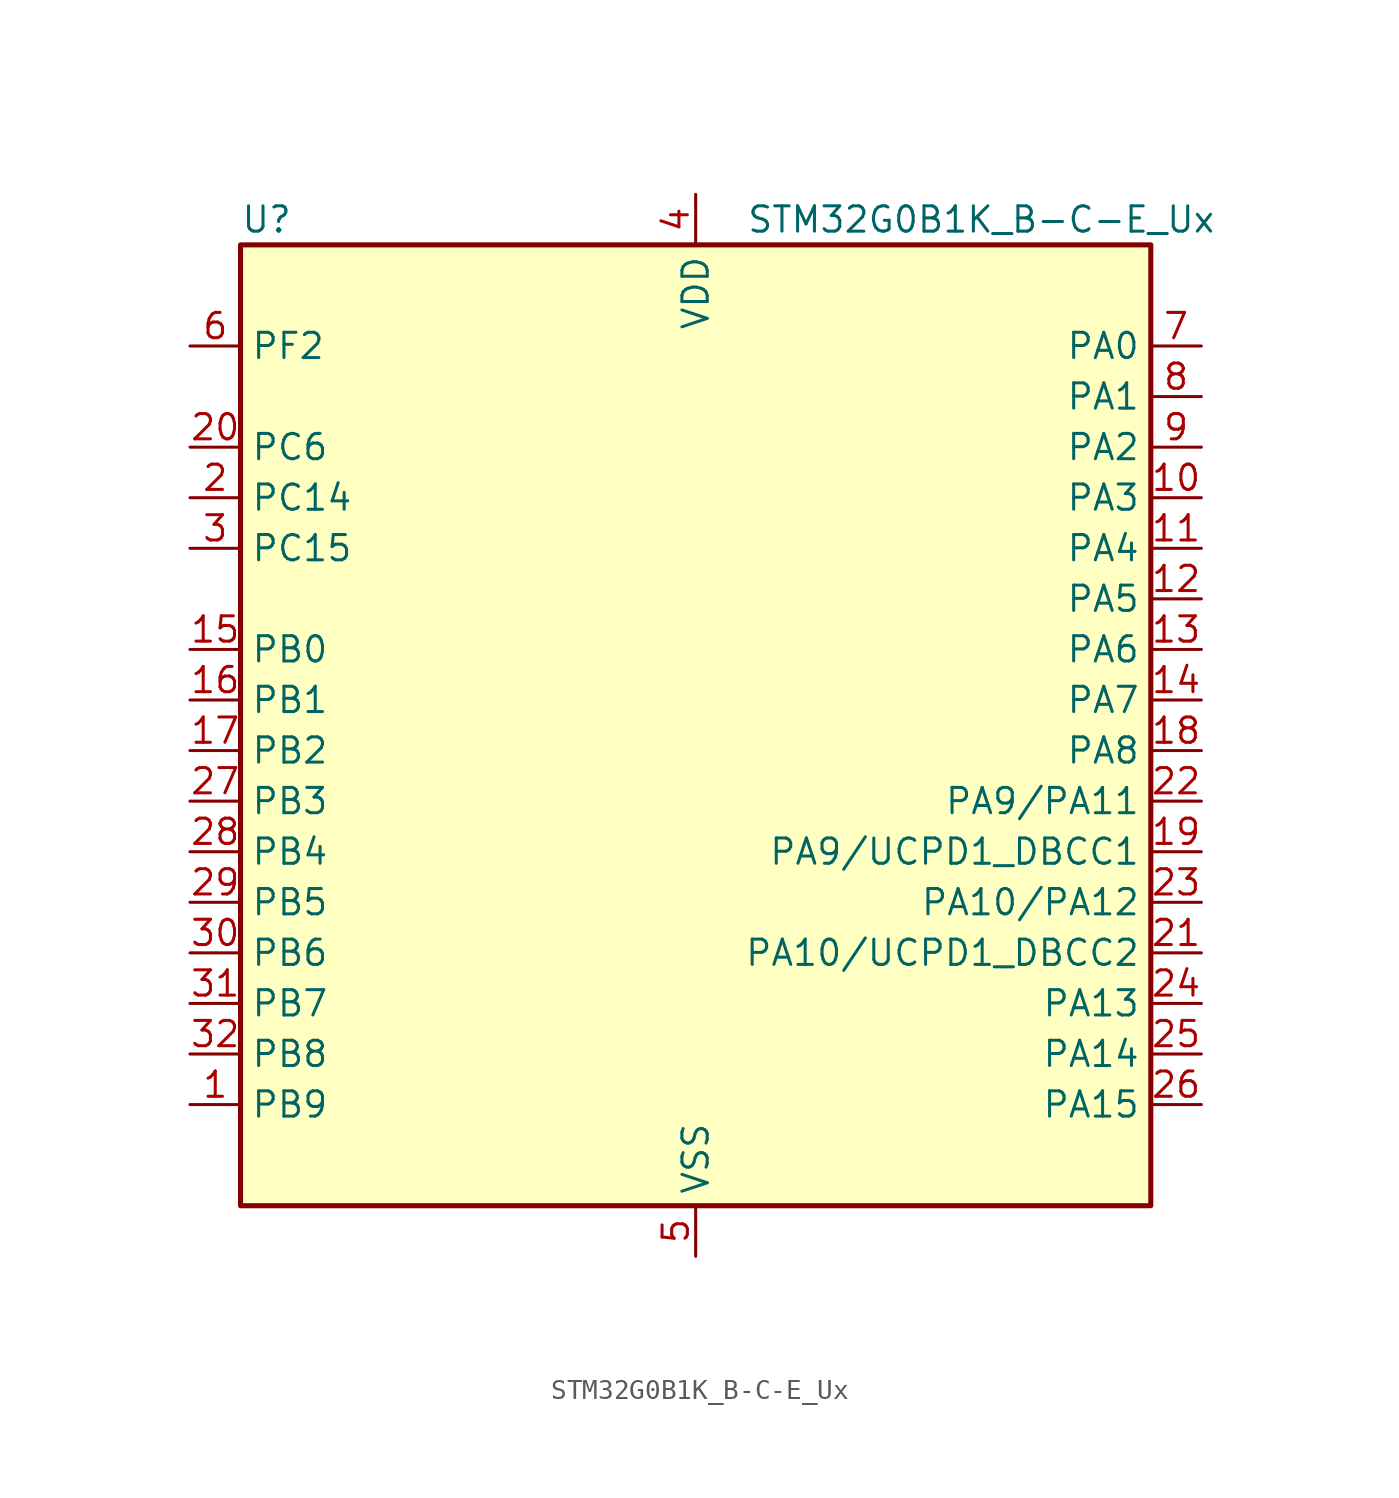
<source format=kicad_sym>
(kicad_symbol_lib
  (version 20231120)
  (generator "kicad-library-utils")
  (generator_version "8.0")
  (symbol "STM32G0B1K_B-C-E_Ux"
    (property "Reference" "U"
      (at -22.86 26.67 0)
      (effects (font (size 1.27 1.27)) (justify left)))
    (property "Value" "STM32G0B1K_B-C-E_Ux"
      (at 2.54 26.67 0)
      (effects (font (size 1.27 1.27)) (justify left)))
    (symbol "STM32G0B1K_B-C-E_Ux_0_1"
      (rectangle (start -22.86 -22.86) (end 22.86 25.4) (stroke (width 0.254) (type default)) (fill (type background))))
    (symbol "STM32G0B1K_B-C-E_Ux_1_1"
      (pin bidirectional line (at -25.4 -17.78 0) (length 2.54) (name "PB9" (effects (font (size 1.27 1.27)))) (number "1" (effects (font (size 1.27 1.27)))) (alternate "DAC1_EXTI9" bidirectional line) (alternate "FDCAN1_TX" bidirectional line) (alternate "I2C1_SDA" bidirectional line) (alternate "I2S2_WS" bidirectional line) (alternate "IR_OUT" bidirectional line) (alternate "SPI2_NSS" bidirectional line) (alternate "TIM17_CH1" bidirectional line) (alternate "TIM4_CH4" bidirectional line) (alternate "USART3_RX" bidirectional line) (alternate "USART6_RX" bidirectional line))
      (pin bidirectional line (at 25.4 12.7 180) (length 2.54) (name "PA3" (effects (font (size 1.27 1.27)))) (number "10" (effects (font (size 1.27 1.27)))) (alternate "ADC1_IN3" bidirectional line) (alternate "COMP2_INP" bidirectional line) (alternate "I2S2_MCK" bidirectional line) (alternate "LPUART1_RX" bidirectional line) (alternate "SPI2_MISO" bidirectional line) (alternate "TIM15_CH2" bidirectional line) (alternate "TIM2_CH4" bidirectional line) (alternate "USART2_RX" bidirectional line))
      (pin bidirectional line (at 25.4 10.16 180) (length 2.54) (name "PA4" (effects (font (size 1.27 1.27)))) (number "11" (effects (font (size 1.27 1.27)))) (alternate "ADC1_IN4" bidirectional line) (alternate "DAC1_OUT1" bidirectional line) (alternate "I2S1_WS" bidirectional line) (alternate "I2S2_SD" bidirectional line) (alternate "LPTIM2_OUT" bidirectional line) (alternate "RTC_OUT1" bidirectional line) (alternate "RTC_TAMP_IN1" bidirectional line) (alternate "RTC_TS" bidirectional line) (alternate "SPI1_NSS" bidirectional line) (alternate "SPI2_MOSI" bidirectional line) (alternate "SPI3_NSS" bidirectional line) (alternate "SYS_WKUP2" bidirectional line) (alternate "TIM14_CH1" bidirectional line) (alternate "USART6_TX" bidirectional line) (alternate "USB_NOE" bidirectional line))
      (pin bidirectional line (at 25.4 7.62 180) (length 2.54) (name "PA5" (effects (font (size 1.27 1.27)))) (number "12" (effects (font (size 1.27 1.27)))) (alternate "ADC1_IN5" bidirectional line) (alternate "CEC" bidirectional line) (alternate "DAC1_OUT2" bidirectional line) (alternate "I2S1_CK" bidirectional line) (alternate "LPTIM2_ETR" bidirectional line) (alternate "SPI1_SCK" bidirectional line) (alternate "TIM2_CH1" bidirectional line) (alternate "TIM2_ETR" bidirectional line) (alternate "UCPD1_FRSTX1" bidirectional line) (alternate "UCPD1_FRSTX2" bidirectional line) (alternate "USART3_TX" bidirectional line) (alternate "USART6_RX" bidirectional line))
      (pin bidirectional line (at 25.4 5.08 180) (length 2.54) (name "PA6" (effects (font (size 1.27 1.27)))) (number "13" (effects (font (size 1.27 1.27)))) (alternate "ADC1_IN6" bidirectional line) (alternate "COMP1_OUT" bidirectional line) (alternate "I2C2_SDA" bidirectional line) (alternate "I2C3_SDA" bidirectional line) (alternate "I2S1_MCK" bidirectional line) (alternate "LPUART1_CTS" bidirectional line) (alternate "SPI1_MISO" bidirectional line) (alternate "TIM16_CH1" bidirectional line) (alternate "TIM1_BK" bidirectional line) (alternate "TIM3_CH1" bidirectional line) (alternate "USART3_CTS" bidirectional line) (alternate "USART3_NSS" bidirectional line) (alternate "USART6_CTS" bidirectional line) (alternate "USART6_NSS" bidirectional line))
      (pin bidirectional line (at 25.4 2.54 180) (length 2.54) (name "PA7" (effects (font (size 1.27 1.27)))) (number "14" (effects (font (size 1.27 1.27)))) (alternate "ADC1_IN7" bidirectional line) (alternate "COMP2_OUT" bidirectional line) (alternate "I2C2_SCL" bidirectional line) (alternate "I2C3_SCL" bidirectional line) (alternate "I2S1_SD" bidirectional line) (alternate "SPI1_MOSI" bidirectional line) (alternate "TIM14_CH1" bidirectional line) (alternate "TIM17_CH1" bidirectional line) (alternate "TIM1_CH1N" bidirectional line) (alternate "TIM3_CH2" bidirectional line) (alternate "UCPD1_FRSTX1" bidirectional line) (alternate "UCPD1_FRSTX2" bidirectional line) (alternate "USART6_CK" bidirectional line) (alternate "USART6_DE" bidirectional line) (alternate "USART6_RTS" bidirectional line))
      (pin bidirectional line (at -25.4 5.08 0) (length 2.54) (name "PB0" (effects (font (size 1.27 1.27)))) (number "15" (effects (font (size 1.27 1.27)))) (alternate "ADC1_IN8" bidirectional line) (alternate "COMP1_OUT" bidirectional line) (alternate "COMP3_INP" bidirectional line) (alternate "FDCAN2_RX" bidirectional line) (alternate "I2S1_WS" bidirectional line) (alternate "LPTIM1_OUT" bidirectional line) (alternate "LPUART2_CTS" bidirectional line) (alternate "SPI1_NSS" bidirectional line) (alternate "TIM1_CH2N" bidirectional line) (alternate "TIM3_CH3" bidirectional line) (alternate "UCPD1_FRSTX1" bidirectional line) (alternate "UCPD1_FRSTX2" bidirectional line) (alternate "USART3_RX" bidirectional line) (alternate "USART5_TX" bidirectional line))
      (pin bidirectional line (at -25.4 2.54 0) (length 2.54) (name "PB1" (effects (font (size 1.27 1.27)))) (number "16" (effects (font (size 1.27 1.27)))) (alternate "ADC1_IN9" bidirectional line) (alternate "COMP1_INM" bidirectional line) (alternate "COMP3_OUT" bidirectional line) (alternate "FDCAN2_TX" bidirectional line) (alternate "LPTIM2_IN1" bidirectional line) (alternate "LPUART1_DE" bidirectional line) (alternate "LPUART1_RTS" bidirectional line) (alternate "LPUART2_DE" bidirectional line) (alternate "LPUART2_RTS" bidirectional line) (alternate "TIM14_CH1" bidirectional line) (alternate "TIM1_CH3N" bidirectional line) (alternate "TIM3_CH4" bidirectional line) (alternate "USART3_CK" bidirectional line) (alternate "USART3_DE" bidirectional line) (alternate "USART3_RTS" bidirectional line) (alternate "USART5_RX" bidirectional line))
      (pin bidirectional line (at -25.4 0 0) (length 2.54) (name "PB2" (effects (font (size 1.27 1.27)))) (number "17" (effects (font (size 1.27 1.27)))) (alternate "ADC1_IN10" bidirectional line) (alternate "COMP1_INP" bidirectional line) (alternate "COMP3_INM" bidirectional line) (alternate "I2S2_MCK" bidirectional line) (alternate "LPTIM1_OUT" bidirectional line) (alternate "RCC_MCO_2" bidirectional line) (alternate "SPI2_MISO" bidirectional line) (alternate "USART3_TX" bidirectional line))
      (pin bidirectional line (at 25.4 0 180) (length 2.54) (name "PA8" (effects (font (size 1.27 1.27)))) (number "18" (effects (font (size 1.27 1.27)))) (alternate "CRS1_SYNC" bidirectional line) (alternate "I2C2_SMBA" bidirectional line) (alternate "I2S2_WS" bidirectional line) (alternate "LPTIM2_OUT" bidirectional line) (alternate "RCC_MCO" bidirectional line) (alternate "SPI2_NSS" bidirectional line) (alternate "TIM1_CH1" bidirectional line) (alternate "UCPD1_CC1" bidirectional line))
      (pin bidirectional line (at 25.4 -5.08 180) (length 2.54) (name "PA9/UCPD1_DBCC1" (effects (font (size 1.27 1.27)))) (number "19" (effects (font (size 1.27 1.27)))) (alternate "PA9" bidirectional line) (alternate "DAC1_EXTI9 (PA9)" bidirectional line) (alternate "I2C1_SCL (PA9)" bidirectional line) (alternate "I2C2_SCL (PA9)" bidirectional line) (alternate "I2S2_MCK (PA9)" bidirectional line) (alternate "RCC_MCO (PA9)" bidirectional line) (alternate "SPI2_MISO (PA9)" bidirectional line) (alternate "TIM15_BK (PA9)" bidirectional line) (alternate "TIM1_CH2 (PA9)" bidirectional line) (alternate "UCPD1_DBCC1 (PA9)" bidirectional line) (alternate "USART1_TX (PA9)" bidirectional line) (alternate "UCPD1_DBCC1" bidirectional line) (alternate "UCPD1_DBCC1 (UCPD1_DBCC1)" bidirectional line))
      (pin bidirectional line (at -25.4 12.7 0) (length 2.54) (name "PC14" (effects (font (size 1.27 1.27)))) (number "2" (effects (font (size 1.27 1.27)))) (alternate "RCC_OSC32_IN" bidirectional line) (alternate "RCC_OSC_IN" bidirectional line) (alternate "TIM1_BK2" bidirectional line))
      (pin bidirectional line (at -25.4 15.24 0) (length 2.54) (name "PC6" (effects (font (size 1.27 1.27)))) (number "20" (effects (font (size 1.27 1.27)))) (alternate "LPUART2_TX" bidirectional line) (alternate "TIM2_CH3" bidirectional line) (alternate "TIM3_CH1" bidirectional line) (alternate "UCPD1_FRSTX1" bidirectional line) (alternate "UCPD1_FRSTX2" bidirectional line))
      (pin bidirectional line (at 25.4 -10.16 180) (length 2.54) (name "PA10/UCPD1_DBCC2" (effects (font (size 1.27 1.27)))) (number "21" (effects (font (size 1.27 1.27)))) (alternate "PA10" bidirectional line) (alternate "I2C1_SDA (PA10)" bidirectional line) (alternate "I2C2_SDA (PA10)" bidirectional line) (alternate "I2S2_SD (PA10)" bidirectional line) (alternate "RCC_MCO_2 (PA10)" bidirectional line) (alternate "SPI2_MOSI (PA10)" bidirectional line) (alternate "TIM17_BK (PA10)" bidirectional line) (alternate "TIM1_CH3 (PA10)" bidirectional line) (alternate "UCPD1_DBCC2 (PA10)" bidirectional line) (alternate "USART1_RX (PA10)" bidirectional line) (alternate "UCPD1_DBCC2" bidirectional line) (alternate "UCPD1_DBCC2 (UCPD1_DBCC2)" bidirectional line))
      (pin bidirectional line (at 25.4 -2.54 180) (length 2.54) (name "PA9/PA11" (effects (font (size 1.27 1.27)))) (number "22" (effects (font (size 1.27 1.27)))) (alternate "PA9" bidirectional line) (alternate "DAC1_EXTI9 (PA9)" bidirectional line) (alternate "I2C1_SCL (PA9)" bidirectional line) (alternate "I2C2_SCL (PA9)" bidirectional line) (alternate "I2S2_MCK (PA9)" bidirectional line) (alternate "RCC_MCO (PA9)" bidirectional line) (alternate "SPI2_MISO (PA9)" bidirectional line) (alternate "TIM15_BK (PA9)" bidirectional line) (alternate "TIM1_CH2 (PA9)" bidirectional line) (alternate "UCPD1_DBCC1 (PA9)" bidirectional line) (alternate "USART1_TX (PA9)" bidirectional line) (alternate "PA11" bidirectional line) (alternate "ADC1_EXTI11 (PA11)" bidirectional line) (alternate "COMP1_OUT (PA11)" bidirectional line) (alternate "FDCAN1_RX (PA11)" bidirectional line) (alternate "I2C2_SCL (PA11)" bidirectional line) (alternate "I2S1_MCK (PA11)" bidirectional line) (alternate "SPI1_MISO (PA11)" bidirectional line) (alternate "TIM1_BK2 (PA11)" bidirectional line) (alternate "TIM1_CH4 (PA11)" bidirectional line) (alternate "USART1_CTS (PA11)" bidirectional line) (alternate "USART1_NSS (PA11)" bidirectional line) (alternate "USB_DM (PA11)" bidirectional line))
      (pin bidirectional line (at 25.4 -7.62 180) (length 2.54) (name "PA10/PA12" (effects (font (size 1.27 1.27)))) (number "23" (effects (font (size 1.27 1.27)))) (alternate "PA10" bidirectional line) (alternate "I2C1_SDA (PA10)" bidirectional line) (alternate "I2C2_SDA (PA10)" bidirectional line) (alternate "I2S2_SD (PA10)" bidirectional line) (alternate "RCC_MCO_2 (PA10)" bidirectional line) (alternate "SPI2_MOSI (PA10)" bidirectional line) (alternate "TIM17_BK (PA10)" bidirectional line) (alternate "TIM1_CH3 (PA10)" bidirectional line) (alternate "UCPD1_DBCC2 (PA10)" bidirectional line) (alternate "USART1_RX (PA10)" bidirectional line) (alternate "PA12" bidirectional line) (alternate "COMP2_OUT (PA12)" bidirectional line) (alternate "FDCAN1_TX (PA12)" bidirectional line) (alternate "I2C2_SDA (PA12)" bidirectional line) (alternate "I2S1_SD (PA12)" bidirectional line) (alternate "I2S_CKIN (PA12)" bidirectional line) (alternate "SPI1_MOSI (PA12)" bidirectional line) (alternate "TIM1_ETR (PA12)" bidirectional line) (alternate "USART1_CK (PA12)" bidirectional line) (alternate "USART1_DE (PA12)" bidirectional line) (alternate "USART1_RTS (PA12)" bidirectional line) (alternate "USB_DP (PA12)" bidirectional line))
      (pin bidirectional line (at 25.4 -12.7 180) (length 2.54) (name "PA13" (effects (font (size 1.27 1.27)))) (number "24" (effects (font (size 1.27 1.27)))) (alternate "IR_OUT" bidirectional line) (alternate "LPUART2_RX" bidirectional line) (alternate "SYS_SWDIO" bidirectional line) (alternate "USB_NOE" bidirectional line))
      (pin bidirectional line (at 25.4 -15.24 180) (length 2.54) (name "PA14" (effects (font (size 1.27 1.27)))) (number "25" (effects (font (size 1.27 1.27)))) (alternate "LPUART2_TX" bidirectional line) (alternate "SYS_SWCLK" bidirectional line) (alternate "USART2_TX" bidirectional line))
      (pin bidirectional line (at 25.4 -17.78 180) (length 2.54) (name "PA15" (effects (font (size 1.27 1.27)))) (number "26" (effects (font (size 1.27 1.27)))) (alternate "I2C2_SMBA" bidirectional line) (alternate "I2S1_WS" bidirectional line) (alternate "RCC_MCO_2" bidirectional line) (alternate "SPI1_NSS" bidirectional line) (alternate "SPI3_NSS" bidirectional line) (alternate "TIM2_CH1" bidirectional line) (alternate "TIM2_ETR" bidirectional line) (alternate "USART2_RX" bidirectional line) (alternate "USART3_CK" bidirectional line) (alternate "USART3_DE" bidirectional line) (alternate "USART3_RTS" bidirectional line) (alternate "USART4_CK" bidirectional line) (alternate "USART4_DE" bidirectional line) (alternate "USART4_RTS" bidirectional line) (alternate "USB_NOE" bidirectional line))
      (pin bidirectional line (at -25.4 -2.54 0) (length 2.54) (name "PB3" (effects (font (size 1.27 1.27)))) (number "27" (effects (font (size 1.27 1.27)))) (alternate "COMP2_INM" bidirectional line) (alternate "I2C2_SCL" bidirectional line) (alternate "I2C3_SCL" bidirectional line) (alternate "I2S1_CK" bidirectional line) (alternate "SPI1_SCK" bidirectional line) (alternate "SPI3_SCK" bidirectional line) (alternate "TIM1_CH2" bidirectional line) (alternate "TIM2_CH2" bidirectional line) (alternate "USART1_CK" bidirectional line) (alternate "USART1_DE" bidirectional line) (alternate "USART1_RTS" bidirectional line) (alternate "USART5_TX" bidirectional line))
      (pin bidirectional line (at -25.4 -5.08 0) (length 2.54) (name "PB4" (effects (font (size 1.27 1.27)))) (number "28" (effects (font (size 1.27 1.27)))) (alternate "COMP2_INP" bidirectional line) (alternate "I2C2_SDA" bidirectional line) (alternate "I2C3_SDA" bidirectional line) (alternate "I2S1_MCK" bidirectional line) (alternate "SPI1_MISO" bidirectional line) (alternate "SPI3_MISO" bidirectional line) (alternate "TIM17_BK" bidirectional line) (alternate "TIM3_CH1" bidirectional line) (alternate "USART1_CTS" bidirectional line) (alternate "USART1_NSS" bidirectional line) (alternate "USART5_RX" bidirectional line))
      (pin bidirectional line (at -25.4 -7.62 0) (length 2.54) (name "PB5" (effects (font (size 1.27 1.27)))) (number "29" (effects (font (size 1.27 1.27)))) (alternate "COMP2_OUT" bidirectional line) (alternate "FDCAN2_RX" bidirectional line) (alternate "I2C1_SMBA" bidirectional line) (alternate "I2S1_SD" bidirectional line) (alternate "LPTIM1_IN1" bidirectional line) (alternate "SPI1_MOSI" bidirectional line) (alternate "SPI3_MOSI" bidirectional line) (alternate "SYS_WKUP6" bidirectional line) (alternate "TIM16_BK" bidirectional line) (alternate "TIM3_CH2" bidirectional line) (alternate "USART5_CK" bidirectional line) (alternate "USART5_DE" bidirectional line) (alternate "USART5_RTS" bidirectional line))
      (pin bidirectional line (at -25.4 10.16 0) (length 2.54) (name "PC15" (effects (font (size 1.27 1.27)))) (number "3" (effects (font (size 1.27 1.27)))) (alternate "RCC_OSC32_EN" bidirectional line) (alternate "RCC_OSC32_OUT" bidirectional line) (alternate "RCC_OSC_EN" bidirectional line) (alternate "TIM15_BK" bidirectional line))
      (pin bidirectional line (at -25.4 -10.16 0) (length 2.54) (name "PB6" (effects (font (size 1.27 1.27)))) (number "30" (effects (font (size 1.27 1.27)))) (alternate "COMP2_INP" bidirectional line) (alternate "FDCAN2_TX" bidirectional line) (alternate "I2C1_SCL" bidirectional line) (alternate "I2S2_MCK" bidirectional line) (alternate "LPTIM1_ETR" bidirectional line) (alternate "LPUART2_TX" bidirectional line) (alternate "SPI2_MISO" bidirectional line) (alternate "TIM16_CH1N" bidirectional line) (alternate "TIM1_CH3" bidirectional line) (alternate "TIM4_CH1" bidirectional line) (alternate "USART1_TX" bidirectional line) (alternate "USART5_CTS" bidirectional line) (alternate "USART5_NSS" bidirectional line))
      (pin bidirectional line (at -25.4 -12.7 0) (length 2.54) (name "PB7" (effects (font (size 1.27 1.27)))) (number "31" (effects (font (size 1.27 1.27)))) (alternate "COMP2_INM" bidirectional line) (alternate "I2C1_SDA" bidirectional line) (alternate "I2S2_SD" bidirectional line) (alternate "LPTIM1_IN2" bidirectional line) (alternate "LPUART2_RX" bidirectional line) (alternate "SPI2_MOSI" bidirectional line) (alternate "SYS_PVD_IN" bidirectional line) (alternate "TIM17_CH1N" bidirectional line) (alternate "TIM4_CH2" bidirectional line) (alternate "USART1_RX" bidirectional line) (alternate "USART4_CTS" bidirectional line) (alternate "USART4_NSS" bidirectional line))
      (pin bidirectional line (at -25.4 -15.24 0) (length 2.54) (name "PB8" (effects (font (size 1.27 1.27)))) (number "32" (effects (font (size 1.27 1.27)))) (alternate "CEC" bidirectional line) (alternate "FDCAN1_RX" bidirectional line) (alternate "I2C1_SCL" bidirectional line) (alternate "I2S2_CK" bidirectional line) (alternate "SPI2_SCK" bidirectional line) (alternate "TIM15_BK" bidirectional line) (alternate "TIM16_CH1" bidirectional line) (alternate "TIM4_CH3" bidirectional line) (alternate "USART3_TX" bidirectional line) (alternate "USART6_TX" bidirectional line))
      (pin passive line (at 0 -25.4 90) (length 2.54) hide (name "VSS" (effects (font (size 1.27 1.27)))) (number "33" (effects (font (size 1.27 1.27)))))
      (pin power_in line (at 0 27.94 270) (length 2.54) (name "VDD" (effects (font (size 1.27 1.27)))) (number "4" (effects (font (size 1.27 1.27)))))
      (pin power_in line (at 0 -25.4 90) (length 2.54) (name "VSS" (effects (font (size 1.27 1.27)))) (number "5" (effects (font (size 1.27 1.27)))))
      (pin bidirectional line (at -25.4 20.32 0) (length 2.54) (name "PF2" (effects (font (size 1.27 1.27)))) (number "6" (effects (font (size 1.27 1.27)))) (alternate "LPUART2_DE" bidirectional line) (alternate "LPUART2_RTS" bidirectional line) (alternate "LPUART2_TX" bidirectional line) (alternate "RCC_MCO" bidirectional line))
      (pin bidirectional line (at 25.4 20.32 180) (length 2.54) (name "PA0" (effects (font (size 1.27 1.27)))) (number "7" (effects (font (size 1.27 1.27)))) (alternate "ADC1_IN0" bidirectional line) (alternate "COMP1_INM" bidirectional line) (alternate "COMP1_OUT" bidirectional line) (alternate "I2S2_CK" bidirectional line) (alternate "LPTIM1_OUT" bidirectional line) (alternate "RTC_TAMP_IN2" bidirectional line) (alternate "SPI2_SCK" bidirectional line) (alternate "SYS_WKUP1" bidirectional line) (alternate "TIM2_CH1" bidirectional line) (alternate "TIM2_ETR" bidirectional line) (alternate "USART2_CTS" bidirectional line) (alternate "USART2_NSS" bidirectional line) (alternate "USART4_TX" bidirectional line))
      (pin bidirectional line (at 25.4 17.78 180) (length 2.54) (name "PA1" (effects (font (size 1.27 1.27)))) (number "8" (effects (font (size 1.27 1.27)))) (alternate "ADC1_IN1" bidirectional line) (alternate "COMP1_INP" bidirectional line) (alternate "I2C1_SMBA" bidirectional line) (alternate "I2S1_CK" bidirectional line) (alternate "SPI1_SCK" bidirectional line) (alternate "TIM15_CH1N" bidirectional line) (alternate "TIM2_CH2" bidirectional line) (alternate "USART2_CK" bidirectional line) (alternate "USART2_DE" bidirectional line) (alternate "USART2_RTS" bidirectional line) (alternate "USART4_RX" bidirectional line))
      (pin bidirectional line (at 25.4 15.24 180) (length 2.54) (name "PA2" (effects (font (size 1.27 1.27)))) (number "9" (effects (font (size 1.27 1.27)))) (alternate "ADC1_IN2" bidirectional line) (alternate "COMP2_INM" bidirectional line) (alternate "COMP2_OUT" bidirectional line) (alternate "I2S1_SD" bidirectional line) (alternate "LPUART1_TX" bidirectional line) (alternate "RCC_LSCO" bidirectional line) (alternate "SPI1_MOSI" bidirectional line) (alternate "SYS_WKUP4" bidirectional line) (alternate "TIM15_CH1" bidirectional line) (alternate "TIM2_CH3" bidirectional line) (alternate "UCPD1_FRSTX1" bidirectional line) (alternate "UCPD1_FRSTX2" bidirectional line) (alternate "USART2_TX" bidirectional line)))))
</source>
